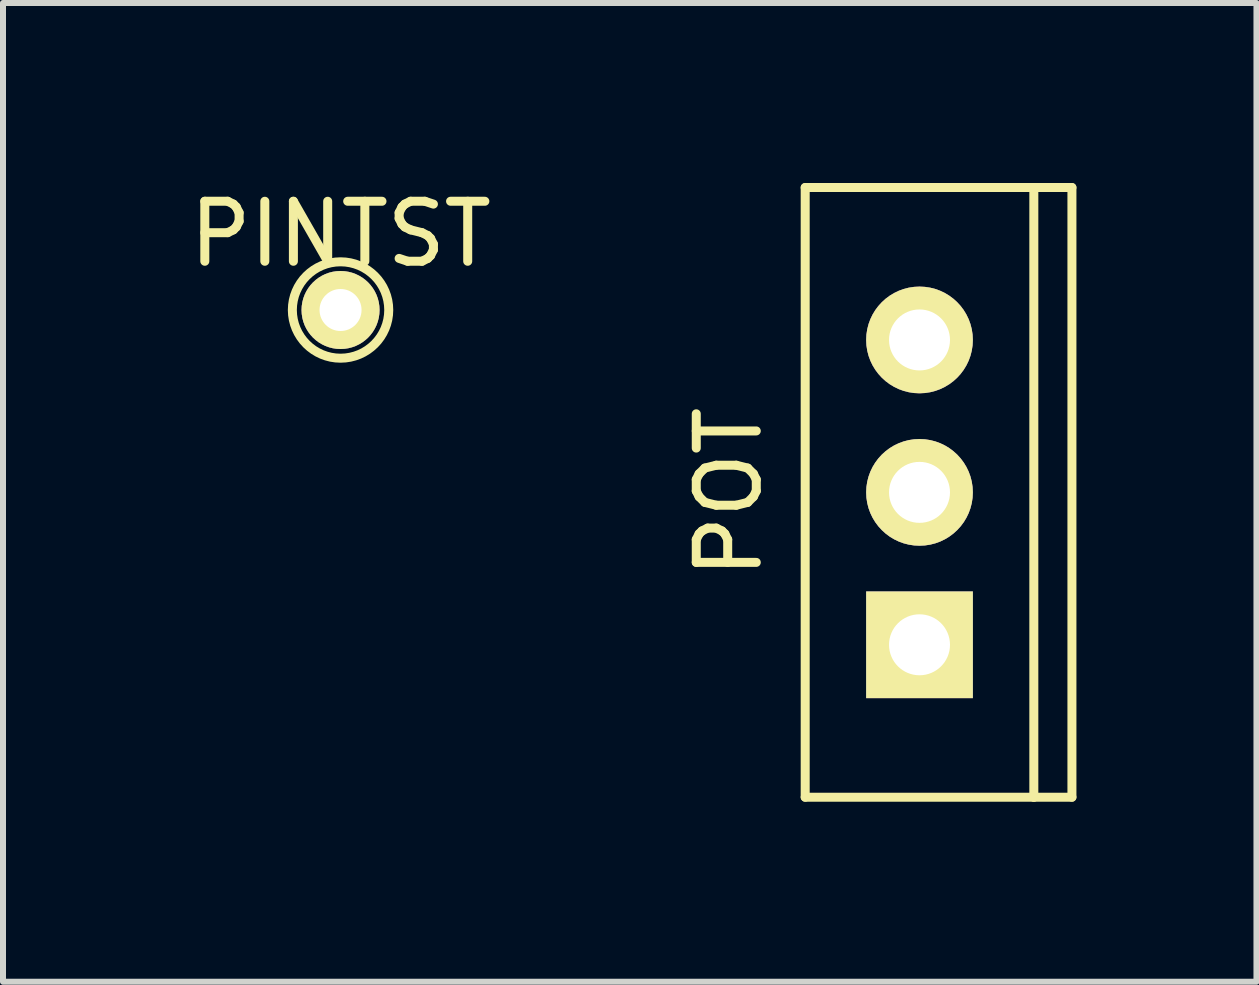
<source format=kicad_pcb>
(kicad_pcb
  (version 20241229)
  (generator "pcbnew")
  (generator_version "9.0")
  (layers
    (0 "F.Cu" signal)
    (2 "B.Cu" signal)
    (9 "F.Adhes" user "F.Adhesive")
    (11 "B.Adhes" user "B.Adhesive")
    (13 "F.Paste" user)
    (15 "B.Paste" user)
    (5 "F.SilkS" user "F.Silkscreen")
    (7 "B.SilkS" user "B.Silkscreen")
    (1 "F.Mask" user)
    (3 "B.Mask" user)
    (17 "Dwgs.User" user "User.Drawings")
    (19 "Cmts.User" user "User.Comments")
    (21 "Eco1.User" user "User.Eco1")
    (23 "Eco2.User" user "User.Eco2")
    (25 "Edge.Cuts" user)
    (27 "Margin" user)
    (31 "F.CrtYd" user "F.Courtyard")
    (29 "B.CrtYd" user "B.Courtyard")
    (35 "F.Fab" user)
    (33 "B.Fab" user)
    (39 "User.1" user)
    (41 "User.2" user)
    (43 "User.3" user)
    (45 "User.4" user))
  (footprint "PINTST"
    (layer "F.Cu")
    (at 2.625 2.116)
    (property "Reference" "PINTST" (at 0 -1.267 0) (layer "F.SilkS") (effects (font (size 1 1) (thickness 0.15))))
    (attr through_hole)
    (fp_circle (center 0 0) (end -0.254 -0.762) (stroke (width 0.15) (type solid)) (fill no) (layer "F.SilkS"))
    (pad "1" thru_hole circle (at 0 0) (size 1.3 1.3) (drill 0.7) (layers "*.Cu" "*.Mask" "F.SilkS")))
  (footprint "POT"
    (layer "F.Cu")
    (at 12.273 5.155)
    (property "Reference" "POT" (at -3.175 0 90) (layer "F.SilkS") (effects (font (size 1 1) (thickness 0.15))))
    (attr through_hole)
    (fp_line (start -1.905 -5.08) (end 1.905 -5.08) (stroke (width 0.15) (type solid)) (layer "F.SilkS"))
    (fp_line (start -1.905 5.08) (end -1.905 -5.08) (stroke (width 0.15) (type solid)) (layer "F.SilkS"))
    (fp_line (start 1.905 -5.08) (end 1.905 5.08) (stroke (width 0.15) (type solid)) (layer "F.SilkS"))
    (fp_line (start 1.905 -5.08) (end 2.54 -5.08) (stroke (width 0.15) (type solid)) (layer "F.SilkS"))
    (fp_line (start 1.905 5.08) (end -1.905 5.08) (stroke (width 0.15) (type solid)) (layer "F.SilkS"))
    (fp_line (start 2.54 -5.08) (end 2.54 5.08) (stroke (width 0.15) (type solid)) (layer "F.SilkS"))
    (fp_line (start 2.54 5.08) (end 1.905 5.08) (stroke (width 0.15) (type solid)) (layer "F.SilkS"))
    (pad "1" thru_hole rect (at 0 2.54) (size 1.778 1.778) (drill 1.016) (layers "*.Cu" "*.Mask" "F.SilkS"))
    (pad "2" thru_hole circle (at 0 0) (size 1.778 1.778) (drill 1.016) (layers "*.Cu" "*.Mask" "F.SilkS"))
    (pad "3" thru_hole circle (at 0 -2.54) (size 1.778 1.778) (drill 1.016) (layers "*.Cu" "*.Mask" "F.SilkS")))
  (gr_rect
    (start -3 -3)
    (end 17.888 13.31)
    (stroke (width 0.1) (type default))
    (fill no)
    (layer "Edge.Cuts")))
</source>
